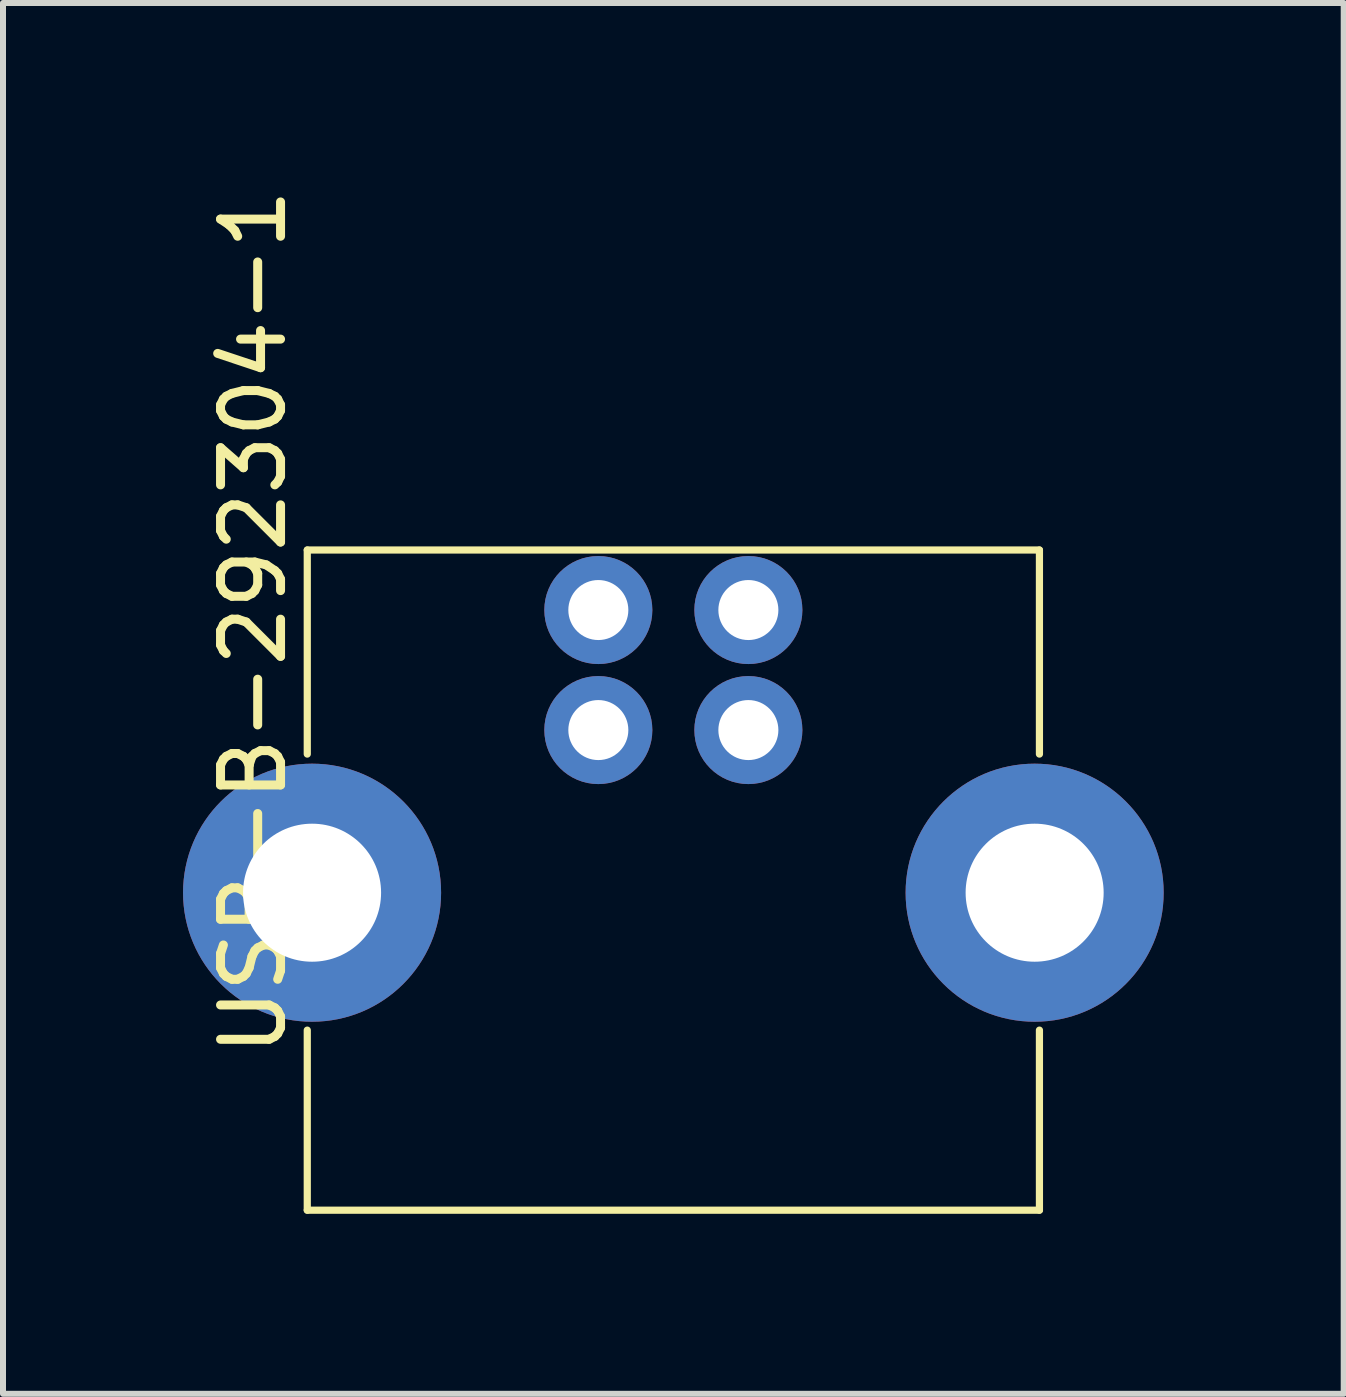
<source format=kicad_pcb>
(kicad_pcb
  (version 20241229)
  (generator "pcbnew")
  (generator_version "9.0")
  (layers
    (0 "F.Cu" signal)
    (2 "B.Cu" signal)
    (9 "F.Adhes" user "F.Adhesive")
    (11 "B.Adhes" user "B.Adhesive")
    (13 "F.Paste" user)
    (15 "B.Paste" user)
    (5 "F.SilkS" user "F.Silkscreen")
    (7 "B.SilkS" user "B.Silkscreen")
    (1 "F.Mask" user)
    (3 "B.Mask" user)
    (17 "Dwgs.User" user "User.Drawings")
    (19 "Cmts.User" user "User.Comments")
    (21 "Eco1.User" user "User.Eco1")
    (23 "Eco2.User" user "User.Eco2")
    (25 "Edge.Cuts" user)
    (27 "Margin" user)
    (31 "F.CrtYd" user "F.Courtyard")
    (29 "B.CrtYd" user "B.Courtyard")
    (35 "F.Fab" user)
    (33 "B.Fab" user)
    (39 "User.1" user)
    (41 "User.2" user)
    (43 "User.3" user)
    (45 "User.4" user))
  (footprint "USB-B-292304-1"
    (layer "F.Cu")
    (at 8.17 8.115)
    (property "Reference" "USB-B-292304-1" (at -7 -0.8 90) (layer "F.SilkS") (effects (font (size 1 1) (thickness 0.15))))
    (attr through_hole)
    (fp_line (start -6.1 -2) (end -6.1 1.4) (stroke (width 0.12) (type solid)) (layer "F.SilkS"))
    (fp_line (start -6.1 -2) (end 6.1 -2) (stroke (width 0.12) (type solid)) (layer "F.SilkS"))
    (fp_line (start -6.1 6) (end -6.1 9) (stroke (width 0.12) (type solid)) (layer "F.SilkS"))
    (fp_line (start -6.1 9) (end 6.1 9) (stroke (width 0.12) (type solid)) (layer "F.SilkS"))
    (fp_line (start 6.1 -2) (end 6.1 1.4) (stroke (width 0.12) (type solid)) (layer "F.SilkS"))
    (fp_line (start 6.1 6) (end 6.1 9) (stroke (width 0.12) (type solid)) (layer "F.SilkS"))
    (pad "1" thru_hole circle (at 1.25 -1) (size 1.8 1.8) (drill 1) (layers "*.Cu" "*.Mask"))
    (pad "2" thru_hole circle (at -1.25 -1) (size 1.8 1.8) (drill 1) (layers "*.Cu" "*.Mask"))
    (pad "3" thru_hole circle (at -1.25 1) (size 1.8 1.8) (drill 1) (layers "*.Cu" "*.Mask"))
    (pad "4" thru_hole circle (at 1.25 1) (size 1.8 1.8) (drill 1) (layers "*.Cu" "*.Mask"))
    (pad "5" thru_hole circle (at -6.02 3.71) (size 4.3 4.3) (drill 2.3) (layers "*.Cu" "*.Mask"))
    (pad "5" thru_hole circle (at 6.02 3.71) (size 4.3 4.3) (drill 2.3) (layers "*.Cu" "*.Mask")))
  (gr_rect
    (start -3 -3)
    (end 19.34 20.175)
    (stroke (width 0.1) (type default))
    (fill no)
    (layer "Edge.Cuts")))
</source>
